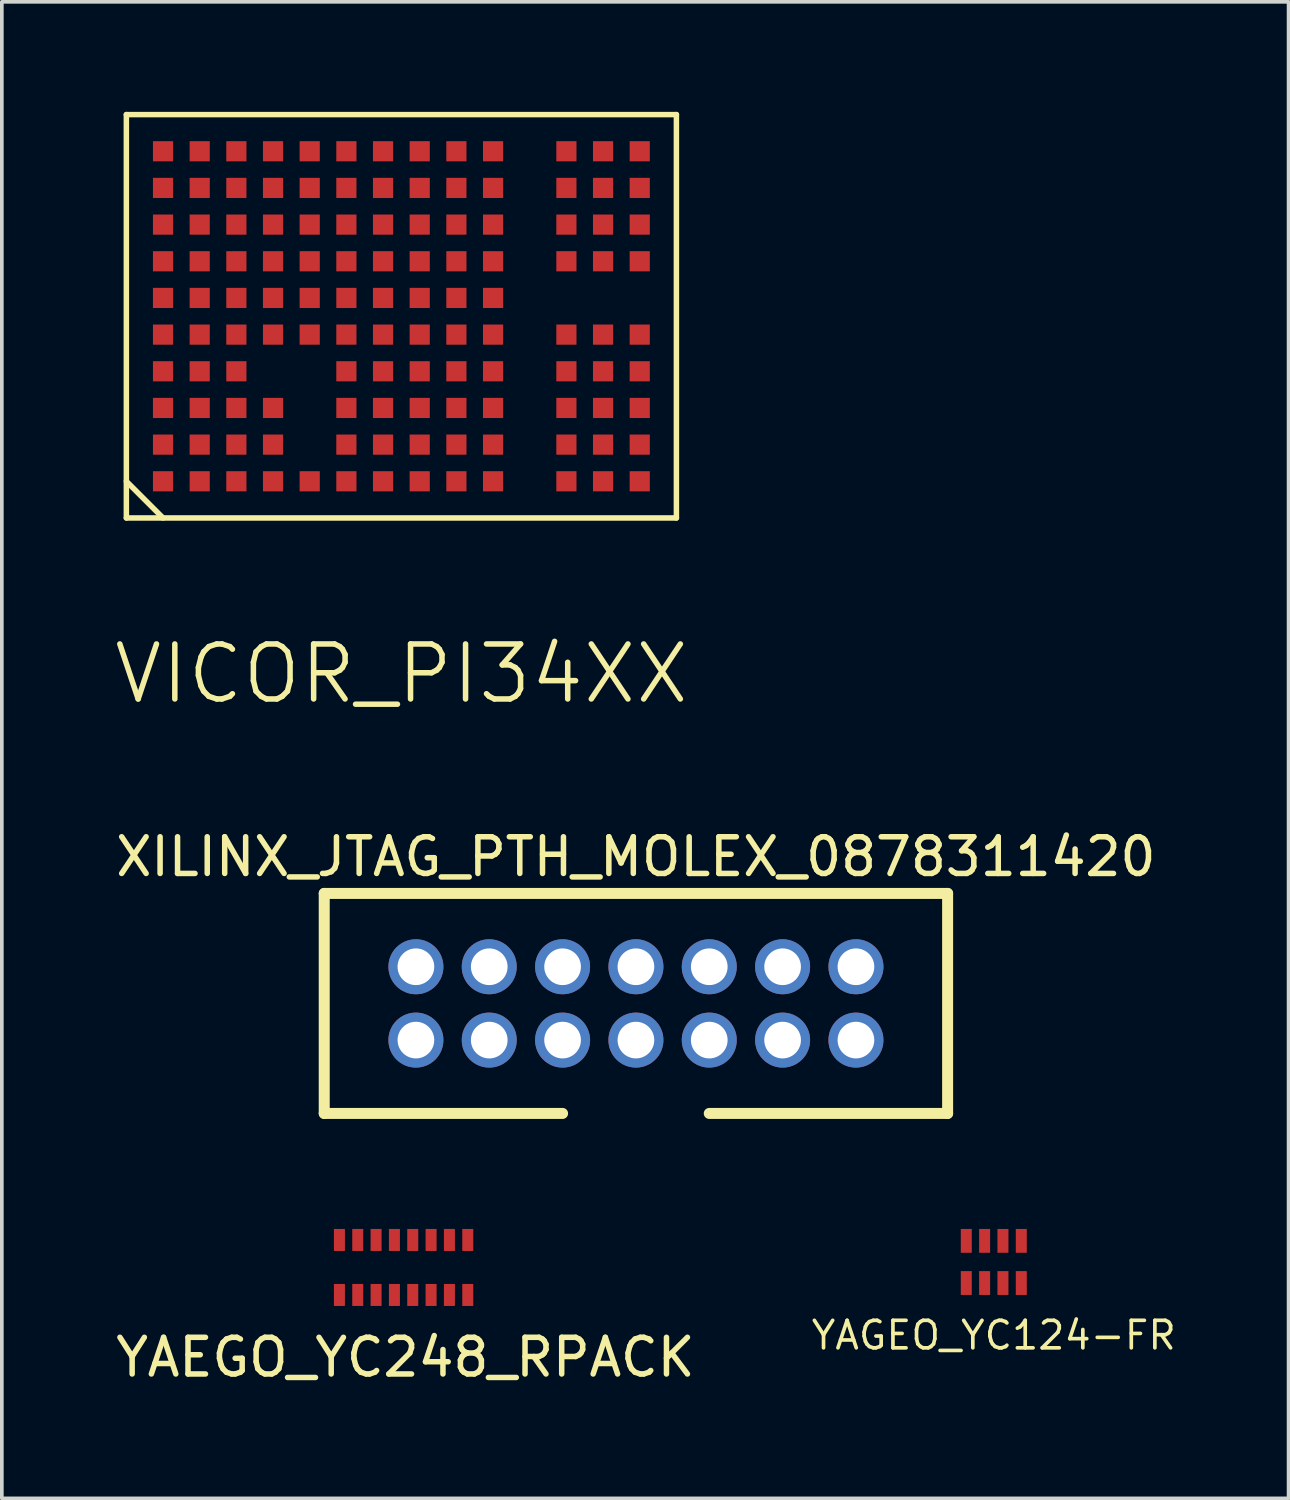
<source format=kicad_pcb>
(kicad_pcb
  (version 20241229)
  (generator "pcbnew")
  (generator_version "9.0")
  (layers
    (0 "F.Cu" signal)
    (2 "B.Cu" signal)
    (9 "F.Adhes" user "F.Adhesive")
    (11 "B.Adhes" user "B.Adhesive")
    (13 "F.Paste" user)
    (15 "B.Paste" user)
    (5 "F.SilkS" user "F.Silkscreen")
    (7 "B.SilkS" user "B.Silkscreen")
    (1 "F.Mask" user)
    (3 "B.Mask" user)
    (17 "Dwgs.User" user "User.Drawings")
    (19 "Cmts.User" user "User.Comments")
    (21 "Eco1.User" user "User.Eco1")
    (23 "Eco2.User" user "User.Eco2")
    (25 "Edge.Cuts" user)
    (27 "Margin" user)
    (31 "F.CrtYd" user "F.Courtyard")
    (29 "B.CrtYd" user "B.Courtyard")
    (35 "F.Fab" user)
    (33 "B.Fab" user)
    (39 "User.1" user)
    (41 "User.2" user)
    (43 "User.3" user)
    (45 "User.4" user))
  (footprint "XILINX_JTAG_PTH_MOLEX_0878311420"
    (layer "F.Cu")
    (at 14.292 24.314)
    (property "Reference" "XILINX_JTAG_PTH_MOLEX_0878311420" (at 0 -4 0) (layer "F.SilkS") (effects (font (size 1 1) (thickness 0.15))))
    (attr through_hole)
    (fp_line (start -8.5 -3) (end -8.5 3) (stroke (width 0.3) (type solid)) (layer "F.SilkS"))
    (fp_line (start -2 3) (end -8.5 3) (stroke (width 0.3) (type solid)) (layer "F.SilkS"))
    (fp_line (start 8.5 -3) (end -8.5 -3) (stroke (width 0.3) (type solid)) (layer "F.SilkS"))
    (fp_line (start 8.5 -3) (end 8.5 3) (stroke (width 0.3) (type solid)) (layer "F.SilkS"))
    (fp_line (start 8.5 3) (end 2 3) (stroke (width 0.3) (type solid)) (layer "F.SilkS"))
    (pad "1" thru_hole circle (at -6 1) (size 1.5 1.5) (drill 1) (layers "*.Cu" "*.Mask" "F.Paste"))
    (pad "2" thru_hole circle (at -6 -1) (size 1.5 1.5) (drill 1) (layers "*.Cu" "*.Mask" "F.Paste"))
    (pad "3" thru_hole circle (at -4 1) (size 1.5 1.5) (drill 1) (layers "*.Cu" "*.Mask" "F.Paste"))
    (pad "4" thru_hole circle (at -4 -1) (size 1.5 1.5) (drill 1) (layers "*.Cu" "*.Mask" "F.Paste"))
    (pad "5" thru_hole circle (at -2 1) (size 1.5 1.5) (drill 1) (layers "*.Cu" "*.Mask" "F.Paste"))
    (pad "6" thru_hole circle (at -2 -1) (size 1.5 1.5) (drill 1) (layers "*.Cu" "*.Mask" "F.Paste"))
    (pad "7" thru_hole circle (at 0 1) (size 1.5 1.5) (drill 1) (layers "*.Cu" "*.Mask" "F.Paste"))
    (pad "8" thru_hole circle (at 0 -1) (size 1.5 1.5) (drill 1) (layers "*.Cu" "*.Mask" "F.Paste"))
    (pad "9" thru_hole circle (at 2 1) (size 1.5 1.5) (drill 1) (layers "*.Cu" "*.Mask" "F.Paste"))
    (pad "10" thru_hole circle (at 2 -1) (size 1.5 1.5) (drill 1) (layers "*.Cu" "*.Mask" "F.Paste"))
    (pad "11" thru_hole circle (at 4 1) (size 1.5 1.5) (drill 1) (layers "*.Cu" "*.Mask" "F.Paste"))
    (pad "12" thru_hole circle (at 4 -1) (size 1.5 1.5) (drill 1) (layers "*.Cu" "*.Mask" "F.Paste"))
    (pad "13" thru_hole circle (at 6 1) (size 1.5 1.5) (drill 1) (layers "*.Cu" "*.Mask" "F.Paste"))
    (pad "14" thru_hole circle (at 6 -1) (size 1.5 1.5) (drill 1) (layers "*.Cu" "*.Mask" "F.Paste")))
  (footprint "VICOR_PI34XX"
    (layer "F.Cu")
    (at 7.896 5.575)
    (property "Reference" "VICOR_PI34XX" (at 0 9.75 0) (layer "F.SilkS") (effects (font (size 1.5 1.5) (thickness 0.15))))
    (attr through_hole)
    (fp_line (start -7.5 -5.5) (end 7.5 -5.5) (stroke (width 0.15) (type solid)) (layer "F.SilkS"))
    (fp_line (start -7.5 4.5) (end -6.5 5.5) (stroke (width 0.15) (type solid)) (layer "F.SilkS"))
    (fp_line (start -7.5 5.5) (end -7.5 -5.5) (stroke (width 0.15) (type solid)) (layer "F.SilkS"))
    (fp_line (start -7.5 5.5) (end 7.5 5.5) (stroke (width 0.15) (type solid)) (layer "F.SilkS"))
    (fp_line (start 7.5 -5.5) (end 7.5 5.5) (stroke (width 0.15) (type solid)) (layer "F.SilkS"))
    (pad "A1" smd rect (at -6.5 4.5) (size 0.55 0.55) (layers "F.Cu" "F.Mask" "F.Paste"))
    (pad "A2" smd rect (at -5.5 4.5) (size 0.55 0.55) (layers "F.Cu" "F.Mask" "F.Paste"))
    (pad "A3" smd rect (at -4.5 4.5) (size 0.55 0.55) (layers "F.Cu" "F.Mask" "F.Paste"))
    (pad "A4" smd rect (at -3.5 4.5) (size 0.55 0.55) (layers "F.Cu" "F.Mask" "F.Paste"))
    (pad "A5" smd rect (at -2.5 4.5) (size 0.55 0.55) (layers "F.Cu" "F.Mask" "F.Paste"))
    (pad "B1" smd rect (at -6.5 3.5) (size 0.55 0.55) (layers "F.Cu" "F.Mask" "F.Paste"))
    (pad "BL1" smd rect (at -6.5 -4.5) (size 0.55 0.55) (layers "F.Cu" "F.Mask" "F.Paste"))
    (pad "BL1" smd rect (at -6.5 -3.5) (size 0.55 0.55) (layers "F.Cu" "F.Mask" "F.Paste"))
    (pad "BL1" smd rect (at -6.5 -0.5) (size 0.55 0.55) (layers "F.Cu" "F.Mask" "F.Paste"))
    (pad "BL1" smd rect (at -5.5 -4.5) (size 0.55 0.55) (layers "F.Cu" "F.Mask" "F.Paste"))
    (pad "BL1" smd rect (at -5.5 -3.5) (size 0.55 0.55) (layers "F.Cu" "F.Mask" "F.Paste"))
    (pad "BL1" smd rect (at -5.5 -2.5) (size 0.55 0.55) (layers "F.Cu" "F.Mask" "F.Paste"))
    (pad "BL1" smd rect (at -5.5 -1.5) (size 0.55 0.55) (layers "F.Cu" "F.Mask" "F.Paste"))
    (pad "BL1" smd rect (at -5.5 -0.5) (size 0.55 0.55) (layers "F.Cu" "F.Mask" "F.Paste"))
    (pad "BL1" smd rect (at -5.5 0.5) (size 0.55 0.55) (layers "F.Cu" "F.Mask" "F.Paste"))
    (pad "BL1" smd rect (at -5.5 1.5) (size 0.55 0.55) (layers "F.Cu" "F.Mask" "F.Paste"))
    (pad "BL1" smd rect (at -5.5 2.5) (size 0.55 0.55) (layers "F.Cu" "F.Mask" "F.Paste"))
    (pad "BL1" smd rect (at -5.5 3.5) (size 0.55 0.55) (layers "F.Cu" "F.Mask" "F.Paste"))
    (pad "BL1" smd rect (at -4.5 -3.5) (size 0.55 0.55) (layers "F.Cu" "F.Mask" "F.Paste"))
    (pad "BL1" smd rect (at -4.5 -2.5) (size 0.55 0.55) (layers "F.Cu" "F.Mask" "F.Paste"))
    (pad "BL1" smd rect (at -4.5 -1.5) (size 0.55 0.55) (layers "F.Cu" "F.Mask" "F.Paste"))
    (pad "BL1" smd rect (at -4.5 -0.5) (size 0.55 0.55) (layers "F.Cu" "F.Mask" "F.Paste"))
    (pad "BL1" smd rect (at -4.5 0.5) (size 0.55 0.55) (layers "F.Cu" "F.Mask" "F.Paste"))
    (pad "BL1" smd rect (at -4.5 1.5) (size 0.55 0.55) (layers "F.Cu" "F.Mask" "F.Paste"))
    (pad "BL1" smd rect (at -4.5 2.5) (size 0.55 0.55) (layers "F.Cu" "F.Mask" "F.Paste"))
    (pad "BL1" smd rect (at -4.5 3.5) (size 0.55 0.55) (layers "F.Cu" "F.Mask" "F.Paste"))
    (pad "BL1" smd rect (at -3.5 2.5) (size 0.55 0.55) (layers "F.Cu" "F.Mask" "F.Paste"))
    (pad "BL1" smd rect (at -3.5 3.5) (size 0.55 0.55) (layers "F.Cu" "F.Mask" "F.Paste"))
    (pad "BL2" smd rect (at -3.5 -3.5) (size 0.55 0.55) (layers "F.Cu" "F.Mask" "F.Paste"))
    (pad "BL2" smd rect (at -3.5 -2.5) (size 0.55 0.55) (layers "F.Cu" "F.Mask" "F.Paste"))
    (pad "BL2" smd rect (at -3.5 -1.5) (size 0.55 0.55) (layers "F.Cu" "F.Mask" "F.Paste"))
    (pad "BL2" smd rect (at -3.5 -0.5) (size 0.55 0.55) (layers "F.Cu" "F.Mask" "F.Paste"))
    (pad "BL2" smd rect (at -3.5 0.5) (size 0.55 0.55) (layers "F.Cu" "F.Mask" "F.Paste"))
    (pad "BL2" smd rect (at -2.5 -3.5) (size 0.55 0.55) (layers "F.Cu" "F.Mask" "F.Paste"))
    (pad "BL2" smd rect (at -2.5 -2.5) (size 0.55 0.55) (layers "F.Cu" "F.Mask" "F.Paste"))
    (pad "BL2" smd rect (at -2.5 -1.5) (size 0.55 0.55) (layers "F.Cu" "F.Mask" "F.Paste"))
    (pad "BL2" smd rect (at -2.5 -0.5) (size 0.55 0.55) (layers "F.Cu" "F.Mask" "F.Paste"))
    (pad "BL2" smd rect (at -2.5 0.5) (size 0.55 0.55) (layers "F.Cu" "F.Mask" "F.Paste"))
    (pad "BL2" smd rect (at -1.5 -4.5) (size 0.55 0.55) (layers "F.Cu" "F.Mask" "F.Paste"))
    (pad "BL2" smd rect (at -1.5 -3.5) (size 0.55 0.55) (layers "F.Cu" "F.Mask" "F.Paste"))
    (pad "BL2" smd rect (at -1.5 -2.5) (size 0.55 0.55) (layers "F.Cu" "F.Mask" "F.Paste"))
    (pad "BL2" smd rect (at -1.5 -1.5) (size 0.55 0.55) (layers "F.Cu" "F.Mask" "F.Paste"))
    (pad "BL2" smd rect (at -1.5 -0.5) (size 0.55 0.55) (layers "F.Cu" "F.Mask" "F.Paste"))
    (pad "BL2" smd rect (at -1.5 0.5) (size 0.55 0.55) (layers "F.Cu" "F.Mask" "F.Paste"))
    (pad "BL2" smd rect (at -0.5 -4.5) (size 0.55 0.55) (layers "F.Cu" "F.Mask" "F.Paste"))
    (pad "BL2" smd rect (at -0.5 -3.5) (size 0.55 0.55) (layers "F.Cu" "F.Mask" "F.Paste"))
    (pad "BL2" smd rect (at -0.5 -2.5) (size 0.55 0.55) (layers "F.Cu" "F.Mask" "F.Paste"))
    (pad "BL2" smd rect (at -0.5 -1.5) (size 0.55 0.55) (layers "F.Cu" "F.Mask" "F.Paste"))
    (pad "BL2" smd rect (at -0.5 -0.5) (size 0.55 0.55) (layers "F.Cu" "F.Mask" "F.Paste"))
    (pad "BL2" smd rect (at -0.5 0.5) (size 0.55 0.55) (layers "F.Cu" "F.Mask" "F.Paste"))
    (pad "BL2" smd rect (at 0.5 -4.5) (size 0.55 0.55) (layers "F.Cu" "F.Mask" "F.Paste"))
    (pad "BL2" smd rect (at 0.5 -3.5) (size 0.55 0.55) (layers "F.Cu" "F.Mask" "F.Paste"))
    (pad "BL2" smd rect (at 0.5 -2.5) (size 0.55 0.55) (layers "F.Cu" "F.Mask" "F.Paste"))
    (pad "BL2" smd rect (at 0.5 -1.5) (size 0.55 0.55) (layers "F.Cu" "F.Mask" "F.Paste"))
    (pad "BL2" smd rect (at 0.5 -0.5) (size 0.55 0.55) (layers "F.Cu" "F.Mask" "F.Paste"))
    (pad "BL2" smd rect (at 0.5 0.5) (size 0.55 0.55) (layers "F.Cu" "F.Mask" "F.Paste"))
    (pad "BL2" smd rect (at 0.5 1.5) (size 0.55 0.55) (layers "F.Cu" "F.Mask" "F.Paste"))
    (pad "BL2" smd rect (at 0.5 2.5) (size 0.55 0.55) (layers "F.Cu" "F.Mask" "F.Paste"))
    (pad "BL2" smd rect (at 0.5 3.5) (size 0.55 0.55) (layers "F.Cu" "F.Mask" "F.Paste"))
    (pad "BL2" smd rect (at 0.5 4.5) (size 0.55 0.55) (layers "F.Cu" "F.Mask" "F.Paste"))
    (pad "BL2" smd rect (at 1.5 -4.5) (size 0.55 0.55) (layers "F.Cu" "F.Mask" "F.Paste"))
    (pad "BL2" smd rect (at 1.5 -3.5) (size 0.55 0.55) (layers "F.Cu" "F.Mask" "F.Paste"))
    (pad "BL2" smd rect (at 1.5 -2.5) (size 0.55 0.55) (layers "F.Cu" "F.Mask" "F.Paste"))
    (pad "BL2" smd rect (at 1.5 -1.5) (size 0.55 0.55) (layers "F.Cu" "F.Mask" "F.Paste"))
    (pad "BL2" smd rect (at 1.5 -0.5) (size 0.55 0.55) (layers "F.Cu" "F.Mask" "F.Paste"))
    (pad "BL2" smd rect (at 1.5 0.5) (size 0.55 0.55) (layers "F.Cu" "F.Mask" "F.Paste"))
    (pad "BL2" smd rect (at 1.5 1.5) (size 0.55 0.55) (layers "F.Cu" "F.Mask" "F.Paste"))
    (pad "BL2" smd rect (at 1.5 2.5) (size 0.55 0.55) (layers "F.Cu" "F.Mask" "F.Paste"))
    (pad "BL2" smd rect (at 1.5 3.5) (size 0.55 0.55) (layers "F.Cu" "F.Mask" "F.Paste"))
    (pad "BL2" smd rect (at 1.5 4.5) (size 0.55 0.55) (layers "F.Cu" "F.Mask" "F.Paste"))
    (pad "BL2" smd rect (at 2.5 -4.5) (size 0.55 0.55) (layers "F.Cu" "F.Mask" "F.Paste"))
    (pad "BL2" smd rect (at 2.5 -3.5) (size 0.55 0.55) (layers "F.Cu" "F.Mask" "F.Paste"))
    (pad "BL2" smd rect (at 2.5 -2.5) (size 0.55 0.55) (layers "F.Cu" "F.Mask" "F.Paste"))
    (pad "BL2" smd rect (at 2.5 -1.5) (size 0.55 0.55) (layers "F.Cu" "F.Mask" "F.Paste"))
    (pad "BL2" smd rect (at 2.5 -0.5) (size 0.55 0.55) (layers "F.Cu" "F.Mask" "F.Paste"))
    (pad "BL2" smd rect (at 2.5 0.5) (size 0.55 0.55) (layers "F.Cu" "F.Mask" "F.Paste"))
    (pad "BL2" smd rect (at 2.5 1.5) (size 0.55 0.55) (layers "F.Cu" "F.Mask" "F.Paste"))
    (pad "BL2" smd rect (at 2.5 2.5) (size 0.55 0.55) (layers "F.Cu" "F.Mask" "F.Paste"))
    (pad "BL2" smd rect (at 2.5 3.5) (size 0.55 0.55) (layers "F.Cu" "F.Mask" "F.Paste"))
    (pad "BL2" smd rect (at 2.5 4.5) (size 0.55 0.55) (layers "F.Cu" "F.Mask" "F.Paste"))
    (pad "BL3" smd rect (at 4.5 -4.5) (size 0.55 0.55) (layers "F.Cu" "F.Mask" "F.Paste"))
    (pad "BL3" smd rect (at 4.5 -3.5) (size 0.55 0.55) (layers "F.Cu" "F.Mask" "F.Paste"))
    (pad "BL3" smd rect (at 4.5 -2.5) (size 0.55 0.55) (layers "F.Cu" "F.Mask" "F.Paste"))
    (pad "BL3" smd rect (at 4.5 -1.5) (size 0.55 0.55) (layers "F.Cu" "F.Mask" "F.Paste"))
    (pad "BL3" smd rect (at 5.5 -4.5) (size 0.55 0.55) (layers "F.Cu" "F.Mask" "F.Paste"))
    (pad "BL3" smd rect (at 5.5 -3.5) (size 0.55 0.55) (layers "F.Cu" "F.Mask" "F.Paste"))
    (pad "BL3" smd rect (at 5.5 -2.5) (size 0.55 0.55) (layers "F.Cu" "F.Mask" "F.Paste"))
    (pad "BL3" smd rect (at 5.5 -1.5) (size 0.55 0.55) (layers "F.Cu" "F.Mask" "F.Paste"))
    (pad "BL3" smd rect (at 6.5 -4.5) (size 0.55 0.55) (layers "F.Cu" "F.Mask" "F.Paste"))
    (pad "BL3" smd rect (at 6.5 -3.5) (size 0.55 0.55) (layers "F.Cu" "F.Mask" "F.Paste"))
    (pad "BL3" smd rect (at 6.5 -2.5) (size 0.55 0.55) (layers "F.Cu" "F.Mask" "F.Paste"))
    (pad "BL3" smd rect (at 6.5 -1.5) (size 0.55 0.55) (layers "F.Cu" "F.Mask" "F.Paste"))
    (pad "BL4" smd rect (at 4.5 0.5) (size 0.55 0.55) (layers "F.Cu" "F.Mask" "F.Paste"))
    (pad "BL4" smd rect (at 4.5 1.5) (size 0.55 0.55) (layers "F.Cu" "F.Mask" "F.Paste"))
    (pad "BL4" smd rect (at 4.5 2.5) (size 0.55 0.55) (layers "F.Cu" "F.Mask" "F.Paste"))
    (pad "BL4" smd rect (at 4.5 3.5) (size 0.55 0.55) (layers "F.Cu" "F.Mask" "F.Paste"))
    (pad "BL4" smd rect (at 4.5 4.5) (size 0.55 0.55) (layers "F.Cu" "F.Mask" "F.Paste"))
    (pad "BL4" smd rect (at 5.5 0.5) (size 0.55 0.55) (layers "F.Cu" "F.Mask" "F.Paste"))
    (pad "BL4" smd rect (at 5.5 1.5) (size 0.55 0.55) (layers "F.Cu" "F.Mask" "F.Paste"))
    (pad "BL4" smd rect (at 5.5 2.5) (size 0.55 0.55) (layers "F.Cu" "F.Mask" "F.Paste"))
    (pad "BL4" smd rect (at 5.5 3.5) (size 0.55 0.55) (layers "F.Cu" "F.Mask" "F.Paste"))
    (pad "BL4" smd rect (at 5.5 4.5) (size 0.55 0.55) (layers "F.Cu" "F.Mask" "F.Paste"))
    (pad "BL4" smd rect (at 6.5 0.5) (size 0.55 0.55) (layers "F.Cu" "F.Mask" "F.Paste"))
    (pad "BL4" smd rect (at 6.5 1.5) (size 0.55 0.55) (layers "F.Cu" "F.Mask" "F.Paste"))
    (pad "BL4" smd rect (at 6.5 2.5) (size 0.55 0.55) (layers "F.Cu" "F.Mask" "F.Paste"))
    (pad "BL4" smd rect (at 6.5 3.5) (size 0.55 0.55) (layers "F.Cu" "F.Mask" "F.Paste"))
    (pad "BL4" smd rect (at 6.5 4.5) (size 0.55 0.55) (layers "F.Cu" "F.Mask" "F.Paste"))
    (pad "BL5" smd rect (at -1.5 1.5) (size 0.55 0.55) (layers "F.Cu" "F.Mask" "F.Paste"))
    (pad "BL5" smd rect (at -1.5 2.5) (size 0.55 0.55) (layers "F.Cu" "F.Mask" "F.Paste"))
    (pad "BL5" smd rect (at -1.5 3.5) (size 0.55 0.55) (layers "F.Cu" "F.Mask" "F.Paste"))
    (pad "BL5" smd rect (at -1.5 4.5) (size 0.55 0.55) (layers "F.Cu" "F.Mask" "F.Paste"))
    (pad "BL5" smd rect (at -0.5 1.5) (size 0.55 0.55) (layers "F.Cu" "F.Mask" "F.Paste"))
    (pad "BL5" smd rect (at -0.5 2.5) (size 0.55 0.55) (layers "F.Cu" "F.Mask" "F.Paste"))
    (pad "BL5" smd rect (at -0.5 3.5) (size 0.55 0.55) (layers "F.Cu" "F.Mask" "F.Paste"))
    (pad "BL5" smd rect (at -0.5 4.5) (size 0.55 0.55) (layers "F.Cu" "F.Mask" "F.Paste"))
    (pad "C1" smd rect (at -6.5 2.5) (size 0.55 0.55) (layers "F.Cu" "F.Mask" "F.Paste"))
    (pad "D1" smd rect (at -6.5 1.5) (size 0.55 0.55) (layers "F.Cu" "F.Mask" "F.Paste"))
    (pad "E1" smd rect (at -6.5 0.5) (size 0.55 0.55) (layers "F.Cu" "F.Mask" "F.Paste"))
    (pad "G1" smd rect (at -6.5 -1.5) (size 0.55 0.55) (layers "F.Cu" "F.Mask" "F.Paste"))
    (pad "H1" smd rect (at -6.5 -2.5) (size 0.55 0.55) (layers "F.Cu" "F.Mask" "F.Paste"))
    (pad "K3" smd rect (at -4.5 -4.5) (size 0.55 0.55) (layers "F.Cu" "F.Mask" "F.Paste"))
    (pad "K4" smd rect (at -3.5 -4.5) (size 0.55 0.55) (layers "F.Cu" "F.Mask" "F.Paste"))
    (pad "K5" smd rect (at -2.5 -4.5) (size 0.55 0.55) (layers "F.Cu" "F.Mask" "F.Paste")))
  (footprint "YAGEO_YC124-FR"
    (layer "F.Cu")
    (at 24.051 31.364)
    (property "Reference" "YAGEO_YC124-FR" (at 0 2 0) (unlocked yes) (layer "F.SilkS") (effects (font (size 0.75 0.75) (thickness 0.1))))
    (attr smd)
    (pad "1" smd rect (at -0.75 0.575) (size 0.3 0.65) (layers "F.Cu" "F.Mask" "F.Paste"))
    (pad "2" smd rect (at -0.25 0.575) (size 0.3 0.65) (layers "F.Cu" "F.Mask" "F.Paste"))
    (pad "3" smd rect (at 0.25 0.575) (size 0.3 0.65) (layers "F.Cu" "F.Mask" "F.Paste"))
    (pad "4" smd rect (at 0.75 0.575) (size 0.3 0.65) (layers "F.Cu" "F.Mask" "F.Paste"))
    (pad "5" smd rect (at 0.75 -0.575) (size 0.3 0.65) (layers "F.Cu" "F.Mask" "F.Paste"))
    (pad "6" smd rect (at 0.25 -0.575) (size 0.3 0.65) (layers "F.Cu" "F.Mask" "F.Paste"))
    (pad "7" smd rect (at -0.25 -0.575) (size 0.3 0.65) (layers "F.Cu" "F.Mask" "F.Paste"))
    (pad "8" smd rect (at -0.75 -0.575) (size 0.3 0.65) (layers "F.Cu" "F.Mask" "F.Paste")))
  (footprint "YAEGO_YC248_RPACK"
    (layer "F.Cu")
    (at 7.956 31.514)
    (property "Reference" "YAEGO_YC248_RPACK" (at 0.05 2.45 0) (layer "F.SilkS") (effects (font (size 1 1) (thickness 0.15))))
    (attr through_hole)
    (pad "1" smd rect (at -1.75 0.75) (size 0.3 0.6) (layers "F.Cu" "F.Mask" "F.Paste"))
    (pad "2" smd rect (at -1.25 0.75) (size 0.3 0.6) (layers "F.Cu" "F.Mask" "F.Paste"))
    (pad "3" smd rect (at -0.75 0.75) (size 0.3 0.6) (layers "F.Cu" "F.Mask" "F.Paste"))
    (pad "4" smd rect (at -0.25 0.75) (size 0.3 0.6) (layers "F.Cu" "F.Mask" "F.Paste"))
    (pad "5" smd rect (at 0.25 0.75) (size 0.3 0.6) (layers "F.Cu" "F.Mask" "F.Paste"))
    (pad "6" smd rect (at 0.75 0.75) (size 0.3 0.6) (layers "F.Cu" "F.Mask" "F.Paste"))
    (pad "7" smd rect (at 1.25 0.75) (size 0.3 0.6) (layers "F.Cu" "F.Mask" "F.Paste"))
    (pad "8" smd rect (at 1.75 0.75) (size 0.3 0.6) (layers "F.Cu" "F.Mask" "F.Paste"))
    (pad "9" smd rect (at 1.75 -0.75) (size 0.3 0.6) (layers "F.Cu" "F.Mask" "F.Paste"))
    (pad "10" smd rect (at 1.25 -0.75) (size 0.3 0.6) (layers "F.Cu" "F.Mask" "F.Paste"))
    (pad "11" smd rect (at 0.75 -0.75) (size 0.3 0.6) (layers "F.Cu" "F.Mask" "F.Paste"))
    (pad "12" smd rect (at 0.25 -0.75) (size 0.3 0.6) (layers "F.Cu" "F.Mask" "F.Paste"))
    (pad "13" smd rect (at -0.25 -0.75) (size 0.3 0.6) (layers "F.Cu" "F.Mask" "F.Paste"))
    (pad "14" smd rect (at -0.75 -0.75) (size 0.3 0.6) (layers "F.Cu" "F.Mask" "F.Paste"))
    (pad "15" smd rect (at -1.25 -0.75) (size 0.3 0.6) (layers "F.Cu" "F.Mask" "F.Paste"))
    (pad "16" smd rect (at -1.75 -0.75) (size 0.3 0.6) (layers "F.Cu" "F.Mask" "F.Paste")))
  (gr_rect
    (start -3 -3)
    (end 32.09 37.812)
    (stroke (width 0.1) (type default))
    (fill no)
    (layer "Edge.Cuts")))
</source>
